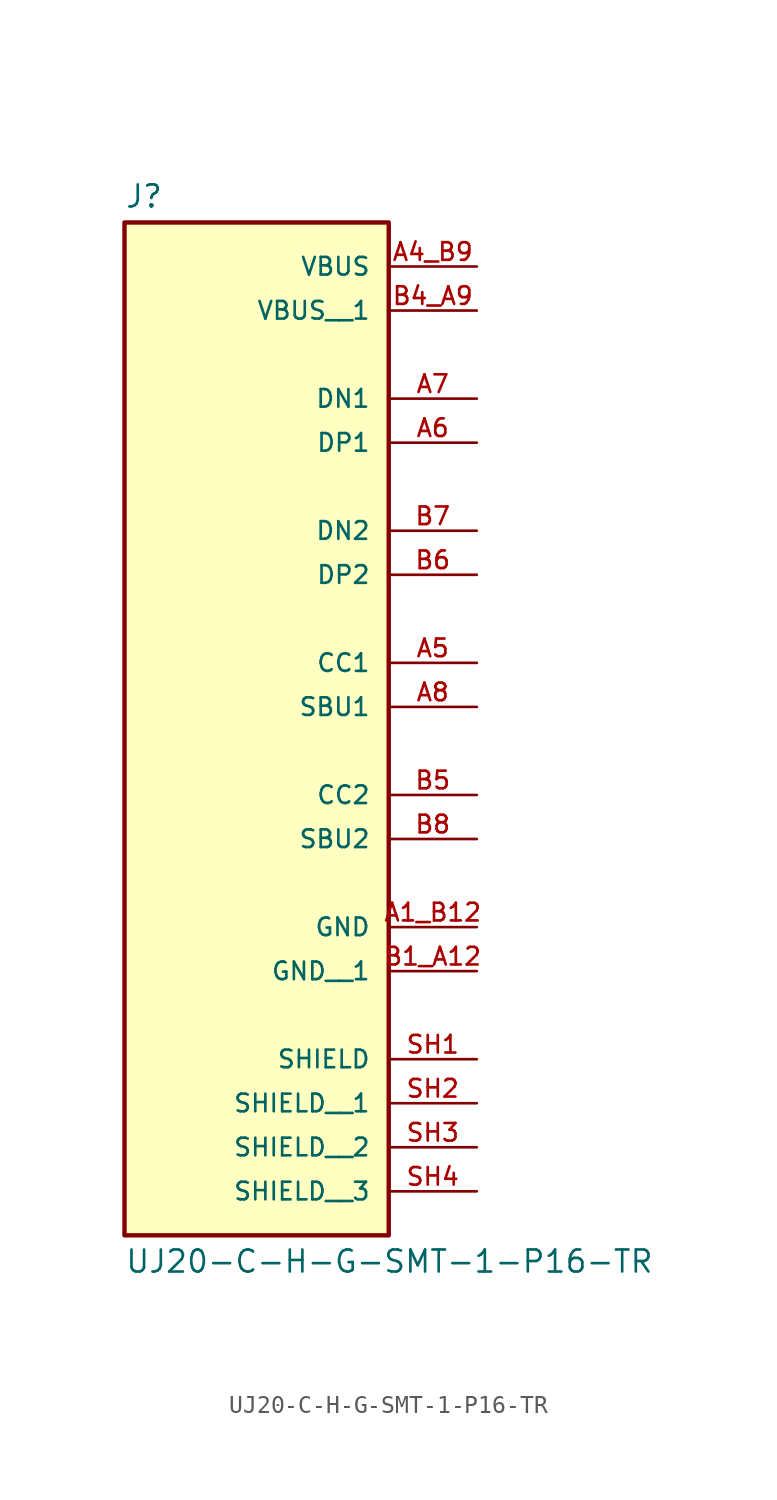
<source format=kicad_sym>
(kicad_symbol_lib
  (version 20211014)
  (generator kicad_symbol_editor)
  (symbol "UJ20-C-H-G-SMT-1-P16-TR"
    (pin_names
      (offset 1.016))
    (property "Reference" "J"
      (at -7.62 23.622 0)
      (effects (font (size 1.27 1.27)) (justify bottom left)))
    (property "Value" "UJ20-C-H-G-SMT-1-P16-TR"
      (at -7.62 -36.322 0)
      (effects (font (size 1.27 1.27)) (justify top left)))
    (symbol "UJ20-C-H-G-SMT-1-P16-TR_0_0"
      (rectangle (start -7.62 -35.56) (end 7.62 22.86) (stroke (width 0.254)) (fill (type background)))
      (pin passive line (at 12.7 20.32 180.0) (length 5.08) (name "VBUS" (effects (font (size 1.016 1.016)))) (number "A4_B9" (effects (font (size 1.016 1.016)))))
      (pin passive line (at 12.7 -25.4 180.0) (length 5.08) (name "SHIELD" (effects (font (size 1.016 1.016)))) (number "SH1" (effects (font (size 1.016 1.016)))))
      (pin passive line (at 12.7 12.7 180.0) (length 5.08) (name "DN1" (effects (font (size 1.016 1.016)))) (number "A7" (effects (font (size 1.016 1.016)))))
      (pin passive line (at 12.7 10.16 180.0) (length 5.08) (name "DP1" (effects (font (size 1.016 1.016)))) (number "A6" (effects (font (size 1.016 1.016)))))
      (pin passive line (at 12.7 5.08 180.0) (length 5.08) (name "DN2" (effects (font (size 1.016 1.016)))) (number "B7" (effects (font (size 1.016 1.016)))))
      (pin passive line (at 12.7 2.54 180.0) (length 5.08) (name "DP2" (effects (font (size 1.016 1.016)))) (number "B6" (effects (font (size 1.016 1.016)))))
      (pin passive line (at 12.7 -17.78 180.0) (length 5.08) (name "GND" (effects (font (size 1.016 1.016)))) (number "A1_B12" (effects (font (size 1.016 1.016)))))
      (pin passive line (at 12.7 -2.54 180.0) (length 5.08) (name "CC1" (effects (font (size 1.016 1.016)))) (number "A5" (effects (font (size 1.016 1.016)))))
      (pin passive line (at 12.7 -5.08 180.0) (length 5.08) (name "SBU1" (effects (font (size 1.016 1.016)))) (number "A8" (effects (font (size 1.016 1.016)))))
      (pin passive line (at 12.7 -10.16 180.0) (length 5.08) (name "CC2" (effects (font (size 1.016 1.016)))) (number "B5" (effects (font (size 1.016 1.016)))))
      (pin passive line (at 12.7 -12.7 180.0) (length 5.08) (name "SBU2" (effects (font (size 1.016 1.016)))) (number "B8" (effects (font (size 1.016 1.016)))))
      (pin passive line (at 12.7 17.78 180.0) (length 5.08) (name "VBUS__1" (effects (font (size 1.016 1.016)))) (number "B4_A9" (effects (font (size 1.016 1.016)))))
      (pin passive line (at 12.7 -20.32 180.0) (length 5.08) (name "GND__1" (effects (font (size 1.016 1.016)))) (number "B1_A12" (effects (font (size 1.016 1.016)))))
      (pin passive line (at 12.7 -27.94 180.0) (length 5.08) (name "SHIELD__1" (effects (font (size 1.016 1.016)))) (number "SH2" (effects (font (size 1.016 1.016)))))
      (pin passive line (at 12.7 -30.48 180.0) (length 5.08) (name "SHIELD__2" (effects (font (size 1.016 1.016)))) (number "SH3" (effects (font (size 1.016 1.016)))))
      (pin passive line (at 12.7 -33.02 180.0) (length 5.08) (name "SHIELD__3" (effects (font (size 1.016 1.016)))) (number "SH4" (effects (font (size 1.016 1.016))))))))
</source>
